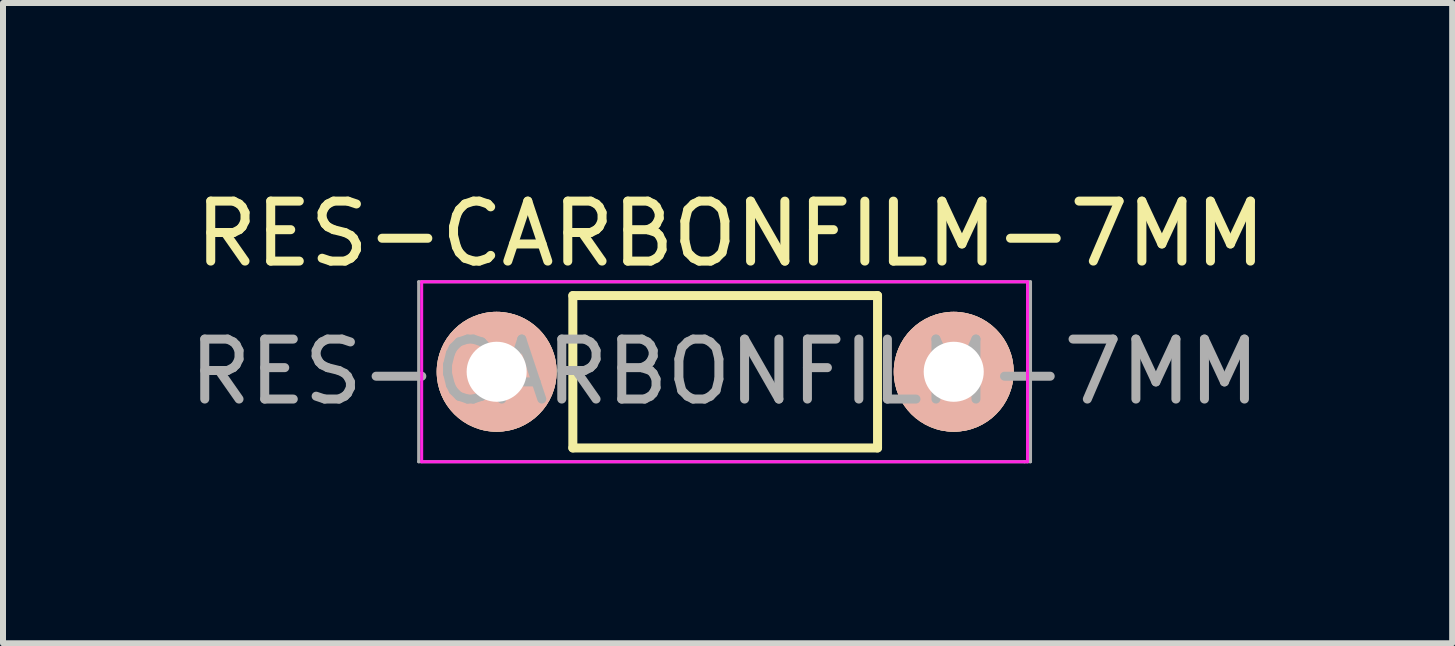
<source format=kicad_pcb>
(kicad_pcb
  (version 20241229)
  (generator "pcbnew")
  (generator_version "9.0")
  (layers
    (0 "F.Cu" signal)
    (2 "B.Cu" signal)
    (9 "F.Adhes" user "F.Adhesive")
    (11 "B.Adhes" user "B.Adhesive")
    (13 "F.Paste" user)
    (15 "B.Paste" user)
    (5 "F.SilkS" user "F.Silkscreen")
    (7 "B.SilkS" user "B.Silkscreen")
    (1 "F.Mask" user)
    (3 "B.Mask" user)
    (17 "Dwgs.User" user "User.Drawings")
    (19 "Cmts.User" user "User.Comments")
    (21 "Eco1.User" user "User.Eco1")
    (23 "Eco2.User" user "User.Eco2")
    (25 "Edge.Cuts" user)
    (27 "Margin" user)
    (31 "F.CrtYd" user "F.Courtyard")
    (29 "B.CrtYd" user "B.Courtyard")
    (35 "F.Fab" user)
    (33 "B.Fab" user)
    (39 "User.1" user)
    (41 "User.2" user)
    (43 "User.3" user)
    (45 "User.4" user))
  (footprint "RES-CARBONFILM-7MM"
    (layer "F.Cu")
    (at 5.23 3.148)
    (property "Reference" "RES-CARBONFILM-7MM" (at 3.8 0 0) (layer "F.Fab") (effects (font (size 1 1) (thickness 0.15))))
    (attr through_hole)
    (fp_line (start 1.27 -1.27) (end 6.35 -1.27) (stroke (width 0.15) (type solid)) (layer "F.SilkS"))
    (fp_line (start 1.27 1.27) (end 1.27 -1.27) (stroke (width 0.15) (type solid)) (layer "F.SilkS"))
    (fp_line (start 6.35 -1.27) (end 6.35 1.27) (stroke (width 0.15) (type solid)) (layer "F.SilkS"))
    (fp_line (start 6.35 1.27) (end 1.27 1.27) (stroke (width 0.15) (type solid)) (layer "F.SilkS"))
    (fp_line (start -1.25 -1.5) (end 8.85 -1.5) (stroke (width 0.05) (type solid)) (layer "F.CrtYd"))
    (fp_line (start -1.25 1.5) (end -1.25 -1.5) (stroke (width 0.05) (type solid)) (layer "F.CrtYd"))
    (fp_line (start -1.25 1.5) (end 8.85 1.5) (stroke (width 0.05) (type solid)) (layer "F.CrtYd"))
    (fp_line (start 8.85 -1.5) (end 8.85 1.5) (stroke (width 0.05) (type solid)) (layer "F.CrtYd"))
    (fp_line (start -1.3 -1.5) (end -1.3 1.5) (stroke (width 0.051) (type solid)) (layer "F.Fab"))
    (fp_line (start -1.3 1.5) (end 8.8 1.5) (stroke (width 0.051) (type solid)) (layer "F.Fab"))
    (fp_line (start 8.8 1.5) (end 8.9 1.5) (stroke (width 0.051) (type solid)) (layer "F.Fab"))
    (fp_line (start 8.9 -1.5) (end -1.3 -1.5) (stroke (width 0.051) (type solid)) (layer "F.Fab"))
    (fp_line (start 8.9 1.5) (end 8.9 -1.5) (stroke (width 0.051) (type solid)) (layer "F.Fab"))
    (fp_text user "${REFERENCE}" (at 3.9 -2.3 0) (layer "F.SilkS") (effects (font (size 1 1) (thickness 0.15))))
    (pad "1" thru_hole circle (at 0 0) (size 1.999 1.999) (drill 1.001) (layers "*.Cu" "*.SilkS" "*.Mask"))
    (pad "2" thru_hole circle (at 7.62 0) (size 1.999 1.999) (drill 1.001) (layers "*.Cu" "*.SilkS" "*.Mask")))
  (gr_rect
    (start -3 -3)
    (end 21.16 7.674)
    (stroke (width 0.1) (type default))
    (fill no)
    (layer "Edge.Cuts")))
</source>
